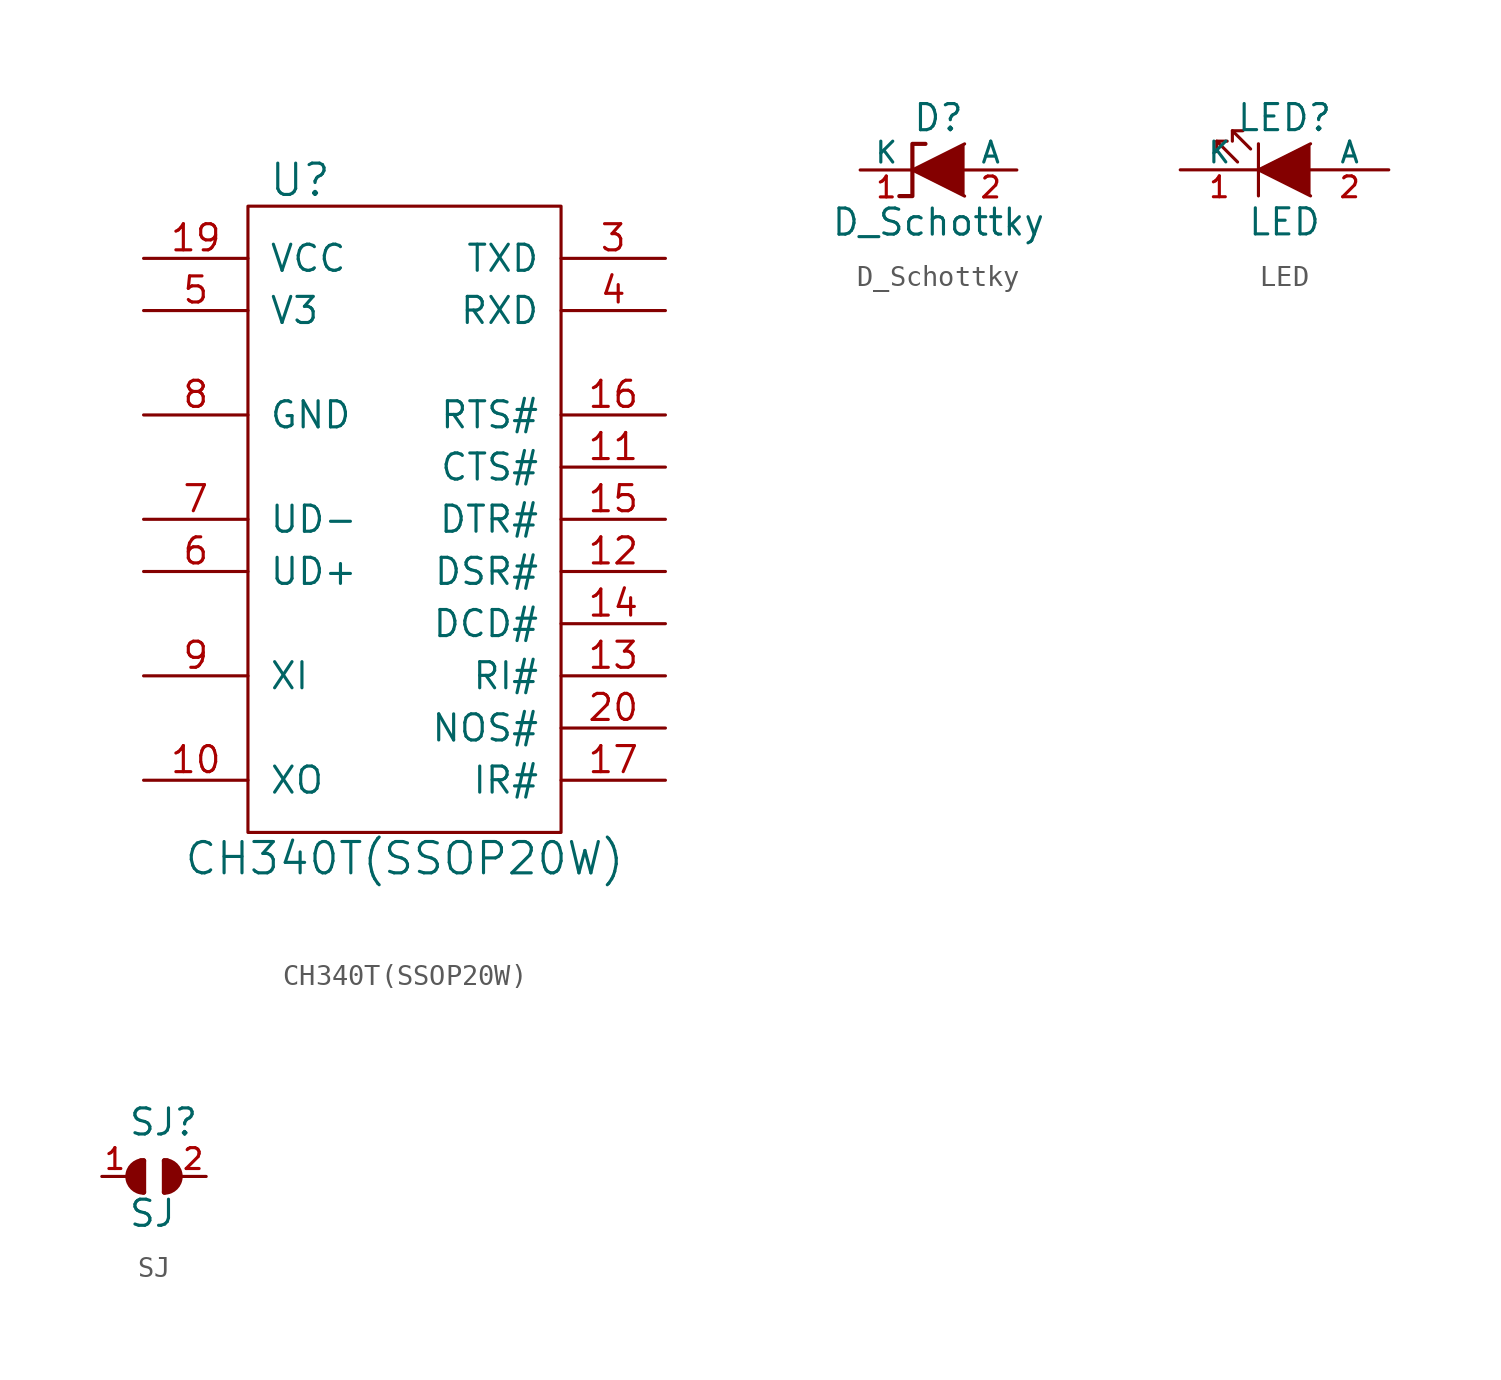
<source format=kicad_sym>
(kicad_symbol_lib
  (version 20211014)
  (generator kicad_symbol_editor)
  (symbol "CH340T(SSOP20W)"
    (pin_names
      (offset 1.016))
    (property "Reference" "U"
      (at -5.08 16.51 0)
      (effects (font (size 1.524 1.524))))
    (property "Value" "CH340T(SSOP20W)"
      (at 0 -16.51 0)
      (effects (font (size 1.524 1.524))))
    (property "Footprint" ""
      (at 0 0 0)
      (effects (font (size 1.524 1.524))))
    (property "Datasheet" ""
      (at 0 0 0)
      (effects (font (size 1.524 1.524))))
    (symbol "CH340T(SSOP20W)_0_1"
      (rectangle (start -7.62 15.24) (end 7.62 -15.24) (stroke (width 0) (type default) (color 0 0 0 0)) (fill (type none))))
    (symbol "CH340T(SSOP20W)_1_1"
      (pin output line (at -12.7 -12.7 0) (length 5.08) (name "XO" (effects (font (size 1.27 1.27)))) (number "10" (effects (font (size 1.27 1.27)))))
      (pin input line (at 12.7 2.54 180) (length 5.08) (name "CTS#" (effects (font (size 1.27 1.27)))) (number "11" (effects (font (size 1.27 1.27)))))
      (pin input line (at 12.7 -2.54 180) (length 5.08) (name "DSR#" (effects (font (size 1.27 1.27)))) (number "12" (effects (font (size 1.27 1.27)))))
      (pin input line (at 12.7 -7.62 180) (length 5.08) (name "RI#" (effects (font (size 1.27 1.27)))) (number "13" (effects (font (size 1.27 1.27)))))
      (pin input line (at 12.7 -5.08 180) (length 5.08) (name "DCD#" (effects (font (size 1.27 1.27)))) (number "14" (effects (font (size 1.27 1.27)))))
      (pin output line (at 12.7 0 180) (length 5.08) (name "DTR#" (effects (font (size 1.27 1.27)))) (number "15" (effects (font (size 1.27 1.27)))))
      (pin output line (at 12.7 5.08 180) (length 5.08) (name "RTS#" (effects (font (size 1.27 1.27)))) (number "16" (effects (font (size 1.27 1.27)))))
      (pin input line (at 12.7 -12.7 180) (length 5.08) (name "IR#" (effects (font (size 1.27 1.27)))) (number "17" (effects (font (size 1.27 1.27)))))
      (pin power_in line (at -12.7 12.7 0) (length 5.08) (name "VCC" (effects (font (size 1.27 1.27)))) (number "19" (effects (font (size 1.27 1.27)))))
      (pin input line (at 12.7 -10.16 180) (length 5.08) (name "NOS#" (effects (font (size 1.27 1.27)))) (number "20" (effects (font (size 1.27 1.27)))))
      (pin output line (at 12.7 12.7 180) (length 5.08) (name "TXD" (effects (font (size 1.27 1.27)))) (number "3" (effects (font (size 1.27 1.27)))))
      (pin input line (at 12.7 10.16 180) (length 5.08) (name "RXD" (effects (font (size 1.27 1.27)))) (number "4" (effects (font (size 1.27 1.27)))))
      (pin power_in line (at -12.7 10.16 0) (length 5.08) (name "V3" (effects (font (size 1.27 1.27)))) (number "5" (effects (font (size 1.27 1.27)))))
      (pin bidirectional line (at -12.7 -2.54 0) (length 5.08) (name "UD+" (effects (font (size 1.27 1.27)))) (number "6" (effects (font (size 1.27 1.27)))))
      (pin bidirectional line (at -12.7 0 0) (length 5.08) (name "UD-" (effects (font (size 1.27 1.27)))) (number "7" (effects (font (size 1.27 1.27)))))
      (pin power_in line (at -12.7 5.08 0) (length 5.08) (name "GND" (effects (font (size 1.27 1.27)))) (number "8" (effects (font (size 1.27 1.27)))))
      (pin input line (at -12.7 -7.62 0) (length 5.08) (name "XI" (effects (font (size 1.27 1.27)))) (number "9" (effects (font (size 1.27 1.27)))))))
  (symbol "D_Schottky"
    (pin_names
      (offset 0))
    (property "Reference" "D"
      (at 0 2.54 0)
      (effects (font (size 1.27 1.27))))
    (property "Value" "D_Schottky"
      (at 0 -2.54 0)
      (effects (font (size 1.27 1.27))))
    (property "Footprint" ""
      (at 0 0 0)
      (effects (font (size 1.524 1.524))))
    (property "Datasheet" ""
      (at 0 0 0)
      (effects (font (size 1.524 1.524))))
    (symbol "D_Schottky_0_1"
      (polyline (pts (xy 1.27 -1.27) (xy -1.27 0) (xy 1.27 1.27)) (stroke (width 0) (type default) (color 0 0 0 0)) (fill (type outline)))
      (polyline (pts (xy -0.635 1.27) (xy -1.27 1.27) (xy -1.27 -1.27) (xy -1.905 -1.27)) (stroke (width 0.203) (type default) (color 0 0 0 0)) (fill (type none))))
    (symbol "D_Schottky_1_1"
      (pin passive line (at -3.81 0 0) (length 2.54) (name "K" (effects (font (size 1.016 1.016)))) (number "1" (effects (font (size 1.016 1.016)))))
      (pin passive line (at 3.81 0 180) (length 2.54) (name "A" (effects (font (size 1.016 1.016)))) (number "2" (effects (font (size 1.016 1.016)))))))
  (symbol "LED"
    (pin_names
      (offset 0))
    (property "Reference" "LED"
      (at 0 2.54 0)
      (effects (font (size 1.27 1.27))))
    (property "Value" "LED"
      (at 0 -2.54 0)
      (effects (font (size 1.27 1.27))))
    (property "Footprint" ""
      (at 0 0 0)
      (effects (font (size 1.524 1.524))))
    (property "Datasheet" ""
      (at 0 0 0)
      (effects (font (size 1.524 1.524))))
    (symbol "LED_0_1"
      (polyline (pts (xy -3.302 1.397) (xy -3.302 0.889)) (stroke (width 0) (type default) (color 0 0 0 0)) (fill (type none)))
      (polyline (pts (xy -2.54 1.905) (xy -2.032 1.905)) (stroke (width 0) (type default) (color 0 0 0 0)) (fill (type none)))
      (polyline (pts (xy -1.27 -1.27) (xy -1.27 1.27)) (stroke (width 0) (type default) (color 0 0 0 0)) (fill (type none)))
      (polyline (pts (xy -2.286 0.381) (xy -3.302 1.397) (xy -2.794 1.397)) (stroke (width 0) (type default) (color 0 0 0 0)) (fill (type none)))
      (polyline (pts (xy -1.651 1.016) (xy -2.54 1.905) (xy -2.54 1.397)) (stroke (width 0) (type default) (color 0 0 0 0)) (fill (type none)))
      (polyline (pts (xy 1.27 -1.27) (xy -1.27 0) (xy 1.27 1.27)) (stroke (width 0) (type default) (color 0 0 0 0)) (fill (type outline))))
    (symbol "LED_1_1"
      (pin passive line (at -5.08 0 0) (length 3.81) (name "K" (effects (font (size 1.016 1.016)))) (number "1" (effects (font (size 1.016 1.016)))))
      (pin passive line (at 5.08 0 180) (length 3.81) (name "A" (effects (font (size 1.016 1.016)))) (number "2" (effects (font (size 1.016 1.016)))))))
  (symbol "SJ"
    (pin_names
      (offset 1.016) hide)
    (property "Reference" "SJ"
      (at -1.27 1.905 0)
      (effects (font (size 1.27 1.27)) (justify left bottom)))
    (property "Value" "SJ"
      (at -1.27 -2.54 0)
      (effects (font (size 1.27 1.27)) (justify left bottom)))
    (property "Datasheet" ""
      (at 0 0 0)
      (effects (font (size 1.524 1.524))))
    (symbol "SJ_0_1"
      (arc (start -0.508 0.762) (mid -1.27 0) (end -0.508 -0.762) (stroke (width 0.254) (type default) (color 0 0 0 0)) (fill (type none)))
      (polyline (pts (xy -1.143 0.381) (xy -1.143 -0.254)) (stroke (width 0.254) (type default) (color 0 0 0 0)) (fill (type none)))
      (polyline (pts (xy -1.016 0.508) (xy -1.016 -0.508)) (stroke (width 0.254) (type default) (color 0 0 0 0)) (fill (type none)))
      (polyline (pts (xy -0.889 0.508) (xy -0.889 -0.508)) (stroke (width 0.254) (type default) (color 0 0 0 0)) (fill (type none)))
      (polyline (pts (xy -0.762 0.635) (xy -0.762 -0.635)) (stroke (width 0.254) (type default) (color 0 0 0 0)) (fill (type none)))
      (polyline (pts (xy -0.635 0.762) (xy -0.635 -0.635)) (stroke (width 0.254) (type default) (color 0 0 0 0)) (fill (type none)))
      (polyline (pts (xy -0.508 0.762) (xy -0.508 -0.762)) (stroke (width 0.254) (type default) (color 0 0 0 0)) (fill (type none)))
      (polyline (pts (xy 0.508 0.762) (xy 0.508 -0.762)) (stroke (width 0.254) (type default) (color 0 0 0 0)) (fill (type none)))
      (polyline (pts (xy 0.635 0.762) (xy 0.635 -0.635)) (stroke (width 0.254) (type default) (color 0 0 0 0)) (fill (type none)))
      (polyline (pts (xy 0.762 0.635) (xy 0.762 -0.635)) (stroke (width 0.254) (type default) (color 0 0 0 0)) (fill (type none)))
      (polyline (pts (xy 0.889 0.508) (xy 0.889 -0.508)) (stroke (width 0.254) (type default) (color 0 0 0 0)) (fill (type none)))
      (polyline (pts (xy 1.016 0.508) (xy 1.016 -0.381)) (stroke (width 0.254) (type default) (color 0 0 0 0)) (fill (type none)))
      (polyline (pts (xy 1.143 0.381) (xy 1.143 -0.381)) (stroke (width 0.254) (type default) (color 0 0 0 0)) (fill (type none)))
      (arc (start 0.508 -0.762) (mid 1.0468 -0.5388) (end 1.27 0) (stroke (width 0.254) (type default) (color 0 0 0 0)) (fill (type none)))
      (arc (start 1.27 0) (mid 1.0468 0.5388) (end 0.508 0.762) (stroke (width 0.254) (type default) (color 0 0 0 0)) (fill (type none))))
    (symbol "SJ_1_1"
      (pin passive line (at -2.54 0 0) (length 1.27) (name "1" (effects (font (size 0.508 0.508)))) (number "1" (effects (font (size 1.016 1.016)))))
      (pin passive line (at 2.54 0 180) (length 1.27) (name "2" (effects (font (size 0.508 0.508)))) (number "2" (effects (font (size 1.016 1.016))))))))
</source>
